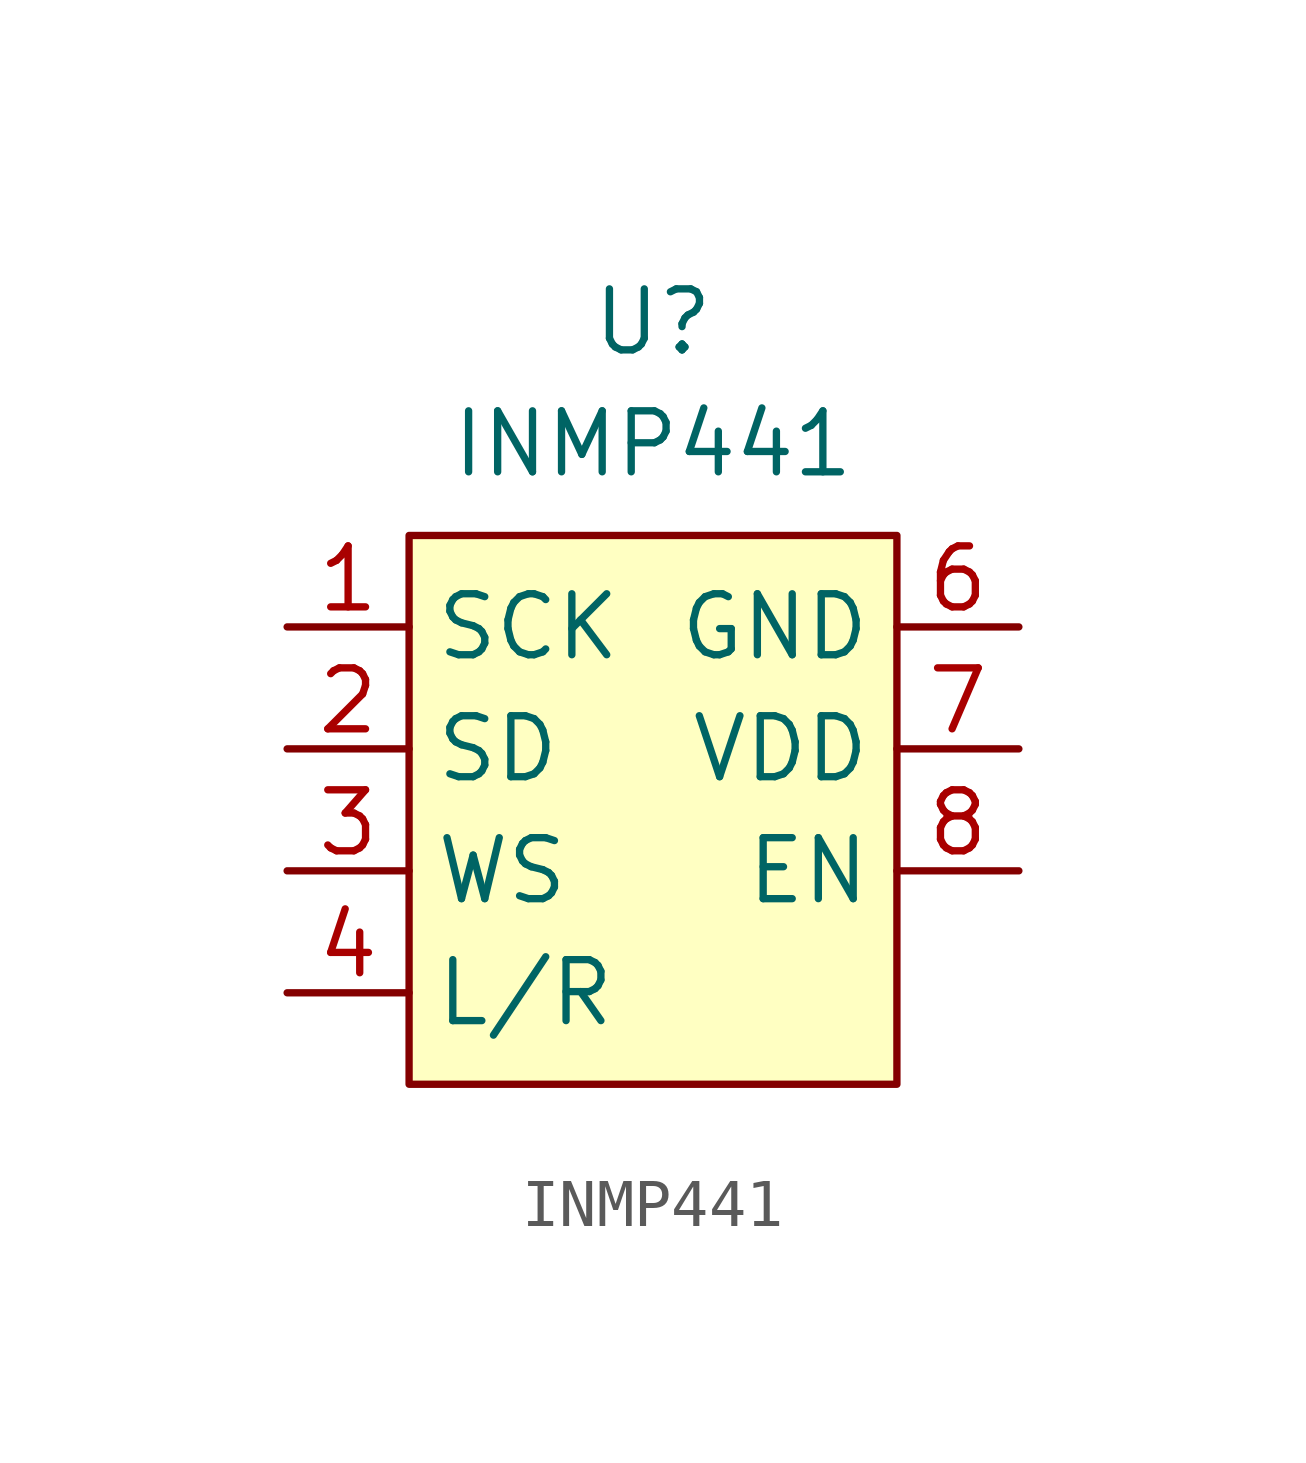
<source format=kicad_sym>
(kicad_symbol_lib
  (version 20220914)
  (generator kicad_symbol_editor)
  (symbol "INMP441"
    (property "Reference" "U"
      (at 0 10.16 0)
      (effects (font (size 1.27 1.27))))
    (property "Value" "INMP441"
      (at 0 7.62 0)
      (effects (font (size 1.27 1.27))))
    (symbol "INMP441_1_1"
      (rectangle (start -5.08 5.715) (end 5.08 -5.715) (stroke (width 0) (type default)) (fill (type background)))
      (pin passive line (at -7.62 3.81 0) (length 2.54) (name "SCK" (effects (font (size 1.27 1.27)))) (number "1" (effects (font (size 1.27 1.27)))))
      (pin passive line (at -7.62 1.27 0) (length 2.54) (name "SD" (effects (font (size 1.27 1.27)))) (number "2" (effects (font (size 1.27 1.27)))))
      (pin passive line (at -7.62 -1.27 0) (length 2.54) (name "WS" (effects (font (size 1.27 1.27)))) (number "3" (effects (font (size 1.27 1.27)))))
      (pin passive line (at -7.62 -3.81 0) (length 2.54) (name "L/R" (effects (font (size 1.27 1.27)))) (number "4" (effects (font (size 1.27 1.27)))))
      (pin passive line (at 7.62 3.81 180) (length 2.54) hide (name "GND" (effects (font (size 1.27 1.27)))) (number "5" (effects (font (size 1.27 1.27)))))
      (pin passive line (at 7.62 3.81 180) (length 2.54) (name "GND" (effects (font (size 1.27 1.27)))) (number "6" (effects (font (size 1.27 1.27)))))
      (pin passive line (at 7.62 1.27 180) (length 2.54) (name "VDD" (effects (font (size 1.27 1.27)))) (number "7" (effects (font (size 1.27 1.27)))))
      (pin passive line (at 7.62 -1.27 180) (length 2.54) (name "EN" (effects (font (size 1.27 1.27)))) (number "8" (effects (font (size 1.27 1.27)))))
      (pin passive line (at 7.62 3.81 180) (length 2.54) hide (name "GND" (effects (font (size 1.27 1.27)))) (number "9" (effects (font (size 1.27 1.27))))))))
</source>
